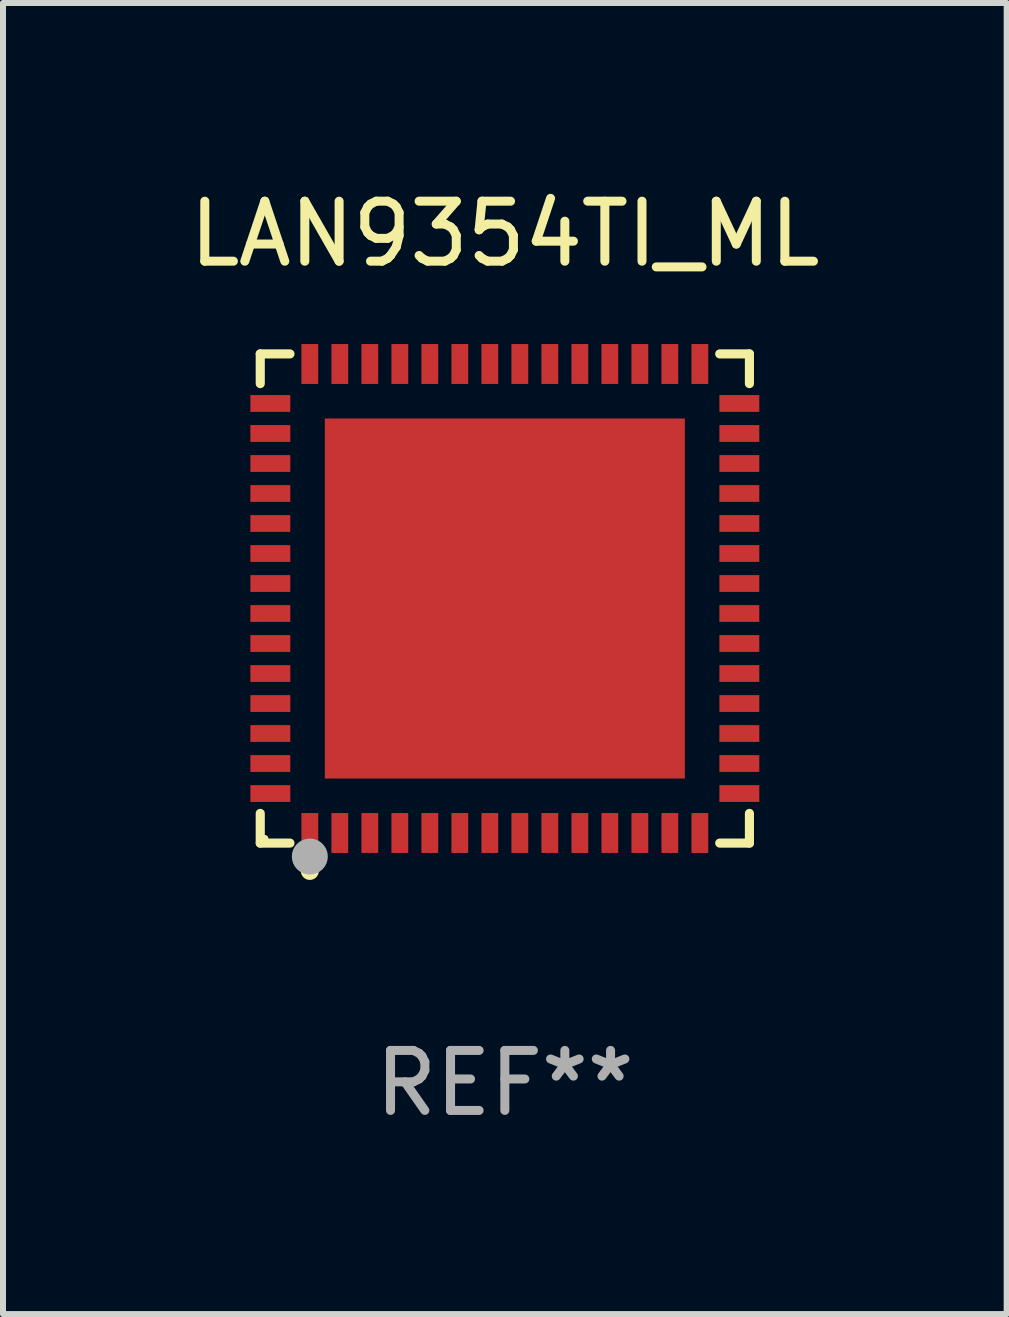
<source format=kicad_pcb>
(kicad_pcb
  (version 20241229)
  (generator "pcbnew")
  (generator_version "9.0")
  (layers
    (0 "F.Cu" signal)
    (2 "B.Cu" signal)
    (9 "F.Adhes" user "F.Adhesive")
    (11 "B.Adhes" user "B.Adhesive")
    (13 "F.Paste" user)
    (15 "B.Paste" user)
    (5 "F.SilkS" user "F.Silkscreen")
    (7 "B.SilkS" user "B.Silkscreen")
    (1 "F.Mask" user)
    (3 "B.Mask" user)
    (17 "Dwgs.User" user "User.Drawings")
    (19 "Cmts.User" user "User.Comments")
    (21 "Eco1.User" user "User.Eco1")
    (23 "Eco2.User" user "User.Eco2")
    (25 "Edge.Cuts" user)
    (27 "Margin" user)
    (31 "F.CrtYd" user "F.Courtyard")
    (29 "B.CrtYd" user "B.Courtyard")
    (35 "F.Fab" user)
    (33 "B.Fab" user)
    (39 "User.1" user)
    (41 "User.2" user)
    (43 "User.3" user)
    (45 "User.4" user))
  (footprint "LAN9354TI_ML"
    (layer "F.Cu")
    (at 5.363 6.924)
    (property "Reference" "LAN9354TI_ML" (at 0 -6.076 0) (layer "F.SilkS") (effects (font (size 1 1) (thickness 0.15))))
    (attr through_hole)
    (fp_line (start -4.076 -4.076) (end -3.581 -4.076) (stroke (width 0.152) (type solid)) (layer "F.SilkS"))
    (fp_line (start -4.076 -3.581) (end -4.076 -4.076) (stroke (width 0.152) (type solid)) (layer "F.SilkS"))
    (fp_line (start -4.076 3.581) (end -4.076 4.076) (stroke (width 0.152) (type solid)) (layer "F.SilkS"))
    (fp_line (start -4.076 4.076) (end -3.581 4.076) (stroke (width 0.152) (type solid)) (layer "F.SilkS"))
    (fp_line (start 4.076 -4.076) (end 3.581 -4.076) (stroke (width 0.152) (type solid)) (layer "F.SilkS"))
    (fp_line (start 4.076 -3.581) (end 4.076 -4.076) (stroke (width 0.152) (type solid)) (layer "F.SilkS"))
    (fp_line (start 4.076 3.581) (end 4.076 4.076) (stroke (width 0.152) (type solid)) (layer "F.SilkS"))
    (fp_line (start 4.076 4.076) (end 3.581 4.076) (stroke (width 0.152) (type solid)) (layer "F.SilkS"))
    (fp_circle (center -4 4) (end -3.97 4) (stroke (width 0.06) (type solid)) (fill no) (layer "F.SilkS"))
    (fp_circle (center -3.25 4.54) (end -3.175 4.54) (stroke (width 0.15) (type solid)) (fill no) (layer "F.SilkS"))
    (fp_circle (center -3.25 4.3) (end -3.1 4.3) (stroke (width 0.3) (type solid)) (fill no) (layer "F.Fab"))
    (fp_text user "REF**" (at 0 8.076 0) (layer "F.Fab") (effects (font (size 1 1) (thickness 0.15))))
    (pad "1" smd rect (at -3.25 3.908) (size 0.28 0.665) (layers "F.Cu" "F.Mask" "F.Paste"))
    (pad "2" smd rect (at -2.75 3.908) (size 0.28 0.665) (layers "F.Cu" "F.Mask" "F.Paste"))
    (pad "3" smd rect (at -2.25 3.908) (size 0.28 0.665) (layers "F.Cu" "F.Mask" "F.Paste"))
    (pad "4" smd rect (at -1.75 3.908) (size 0.28 0.665) (layers "F.Cu" "F.Mask" "F.Paste"))
    (pad "5" smd rect (at -1.25 3.908) (size 0.28 0.665) (layers "F.Cu" "F.Mask" "F.Paste"))
    (pad "6" smd rect (at -0.75 3.908) (size 0.28 0.665) (layers "F.Cu" "F.Mask" "F.Paste"))
    (pad "7" smd rect (at -0.25 3.908) (size 0.28 0.665) (layers "F.Cu" "F.Mask" "F.Paste"))
    (pad "8" smd rect (at 0.25 3.908) (size 0.28 0.665) (layers "F.Cu" "F.Mask" "F.Paste"))
    (pad "9" smd rect (at 0.75 3.908) (size 0.28 0.665) (layers "F.Cu" "F.Mask" "F.Paste"))
    (pad "10" smd rect (at 1.25 3.908) (size 0.28 0.665) (layers "F.Cu" "F.Mask" "F.Paste"))
    (pad "11" smd rect (at 1.75 3.908) (size 0.28 0.665) (layers "F.Cu" "F.Mask" "F.Paste"))
    (pad "12" smd rect (at 2.25 3.908) (size 0.28 0.665) (layers "F.Cu" "F.Mask" "F.Paste"))
    (pad "13" smd rect (at 2.75 3.908) (size 0.28 0.665) (layers "F.Cu" "F.Mask" "F.Paste"))
    (pad "14" smd rect (at 3.25 3.908) (size 0.28 0.665) (layers "F.Cu" "F.Mask" "F.Paste"))
    (pad "15" smd rect (at 3.908 3.25) (size 0.665 0.28) (layers "F.Cu" "F.Mask" "F.Paste"))
    (pad "16" smd rect (at 3.908 2.75) (size 0.665 0.28) (layers "F.Cu" "F.Mask" "F.Paste"))
    (pad "17" smd rect (at 3.908 2.25) (size 0.665 0.28) (layers "F.Cu" "F.Mask" "F.Paste"))
    (pad "18" smd rect (at 3.908 1.75) (size 0.665 0.28) (layers "F.Cu" "F.Mask" "F.Paste"))
    (pad "19" smd rect (at 3.908 1.25) (size 0.665 0.28) (layers "F.Cu" "F.Mask" "F.Paste"))
    (pad "20" smd rect (at 3.908 0.75) (size 0.665 0.28) (layers "F.Cu" "F.Mask" "F.Paste"))
    (pad "21" smd rect (at 3.908 0.25) (size 0.665 0.28) (layers "F.Cu" "F.Mask" "F.Paste"))
    (pad "22" smd rect (at 3.908 -0.25) (size 0.665 0.28) (layers "F.Cu" "F.Mask" "F.Paste"))
    (pad "23" smd rect (at 3.908 -0.75) (size 0.665 0.28) (layers "F.Cu" "F.Mask" "F.Paste"))
    (pad "24" smd rect (at 3.908 -1.25) (size 0.665 0.28) (layers "F.Cu" "F.Mask" "F.Paste"))
    (pad "25" smd rect (at 3.908 -1.75) (size 0.665 0.28) (layers "F.Cu" "F.Mask" "F.Paste"))
    (pad "26" smd rect (at 3.908 -2.25) (size 0.665 0.28) (layers "F.Cu" "F.Mask" "F.Paste"))
    (pad "27" smd rect (at 3.908 -2.75) (size 0.665 0.28) (layers "F.Cu" "F.Mask" "F.Paste"))
    (pad "28" smd rect (at 3.908 -3.25) (size 0.665 0.28) (layers "F.Cu" "F.Mask" "F.Paste"))
    (pad "29" smd rect (at 3.25 -3.908) (size 0.28 0.665) (layers "F.Cu" "F.Mask" "F.Paste"))
    (pad "30" smd rect (at 2.75 -3.908) (size 0.28 0.665) (layers "F.Cu" "F.Mask" "F.Paste"))
    (pad "31" smd rect (at 2.25 -3.908) (size 0.28 0.665) (layers "F.Cu" "F.Mask" "F.Paste"))
    (pad "32" smd rect (at 1.75 -3.908) (size 0.28 0.665) (layers "F.Cu" "F.Mask" "F.Paste"))
    (pad "33" smd rect (at 1.25 -3.908) (size 0.28 0.665) (layers "F.Cu" "F.Mask" "F.Paste"))
    (pad "34" smd rect (at 0.75 -3.908) (size 0.28 0.665) (layers "F.Cu" "F.Mask" "F.Paste"))
    (pad "35" smd rect (at 0.25 -3.908) (size 0.28 0.665) (layers "F.Cu" "F.Mask" "F.Paste"))
    (pad "36" smd rect (at -0.25 -3.908) (size 0.28 0.665) (layers "F.Cu" "F.Mask" "F.Paste"))
    (pad "37" smd rect (at -0.75 -3.908) (size 0.28 0.665) (layers "F.Cu" "F.Mask" "F.Paste"))
    (pad "38" smd rect (at -1.25 -3.908) (size 0.28 0.665) (layers "F.Cu" "F.Mask" "F.Paste"))
    (pad "39" smd rect (at -1.75 -3.908) (size 0.28 0.665) (layers "F.Cu" "F.Mask" "F.Paste"))
    (pad "40" smd rect (at -2.25 -3.908) (size 0.28 0.665) (layers "F.Cu" "F.Mask" "F.Paste"))
    (pad "41" smd rect (at -2.75 -3.908) (size 0.28 0.665) (layers "F.Cu" "F.Mask" "F.Paste"))
    (pad "42" smd rect (at -3.25 -3.908) (size 0.28 0.665) (layers "F.Cu" "F.Mask" "F.Paste"))
    (pad "43" smd rect (at -3.908 -3.25) (size 0.665 0.28) (layers "F.Cu" "F.Mask" "F.Paste"))
    (pad "44" smd rect (at -3.908 -2.75) (size 0.665 0.28) (layers "F.Cu" "F.Mask" "F.Paste"))
    (pad "45" smd rect (at -3.908 -2.25) (size 0.665 0.28) (layers "F.Cu" "F.Mask" "F.Paste"))
    (pad "46" smd rect (at -3.908 -1.75) (size 0.665 0.28) (layers "F.Cu" "F.Mask" "F.Paste"))
    (pad "47" smd rect (at -3.908 -1.25) (size 0.665 0.28) (layers "F.Cu" "F.Mask" "F.Paste"))
    (pad "48" smd rect (at -3.908 -0.75) (size 0.665 0.28) (layers "F.Cu" "F.Mask" "F.Paste"))
    (pad "49" smd rect (at -3.908 -0.25) (size 0.665 0.28) (layers "F.Cu" "F.Mask" "F.Paste"))
    (pad "50" smd rect (at -3.908 0.25) (size 0.665 0.28) (layers "F.Cu" "F.Mask" "F.Paste"))
    (pad "51" smd rect (at -3.908 0.75) (size 0.665 0.28) (layers "F.Cu" "F.Mask" "F.Paste"))
    (pad "52" smd rect (at -3.908 1.25) (size 0.665 0.28) (layers "F.Cu" "F.Mask" "F.Paste"))
    (pad "53" smd rect (at -3.908 1.75) (size 0.665 0.28) (layers "F.Cu" "F.Mask" "F.Paste"))
    (pad "54" smd rect (at -3.908 2.25) (size 0.665 0.28) (layers "F.Cu" "F.Mask" "F.Paste"))
    (pad "55" smd rect (at -3.908 2.75) (size 0.665 0.28) (layers "F.Cu" "F.Mask" "F.Paste"))
    (pad "56" smd rect (at -3.908 3.25) (size 0.665 0.28) (layers "F.Cu" "F.Mask" "F.Paste"))
    (pad "57" smd rect (at 0 0) (size 6 6) (layers "F.Cu" "F.Mask" "F.Paste")))
  (gr_rect
    (start -3 -3)
    (end 13.726 18.849)
    (stroke (width 0.1) (type default))
    (fill no)
    (layer "Edge.Cuts")))
</source>
